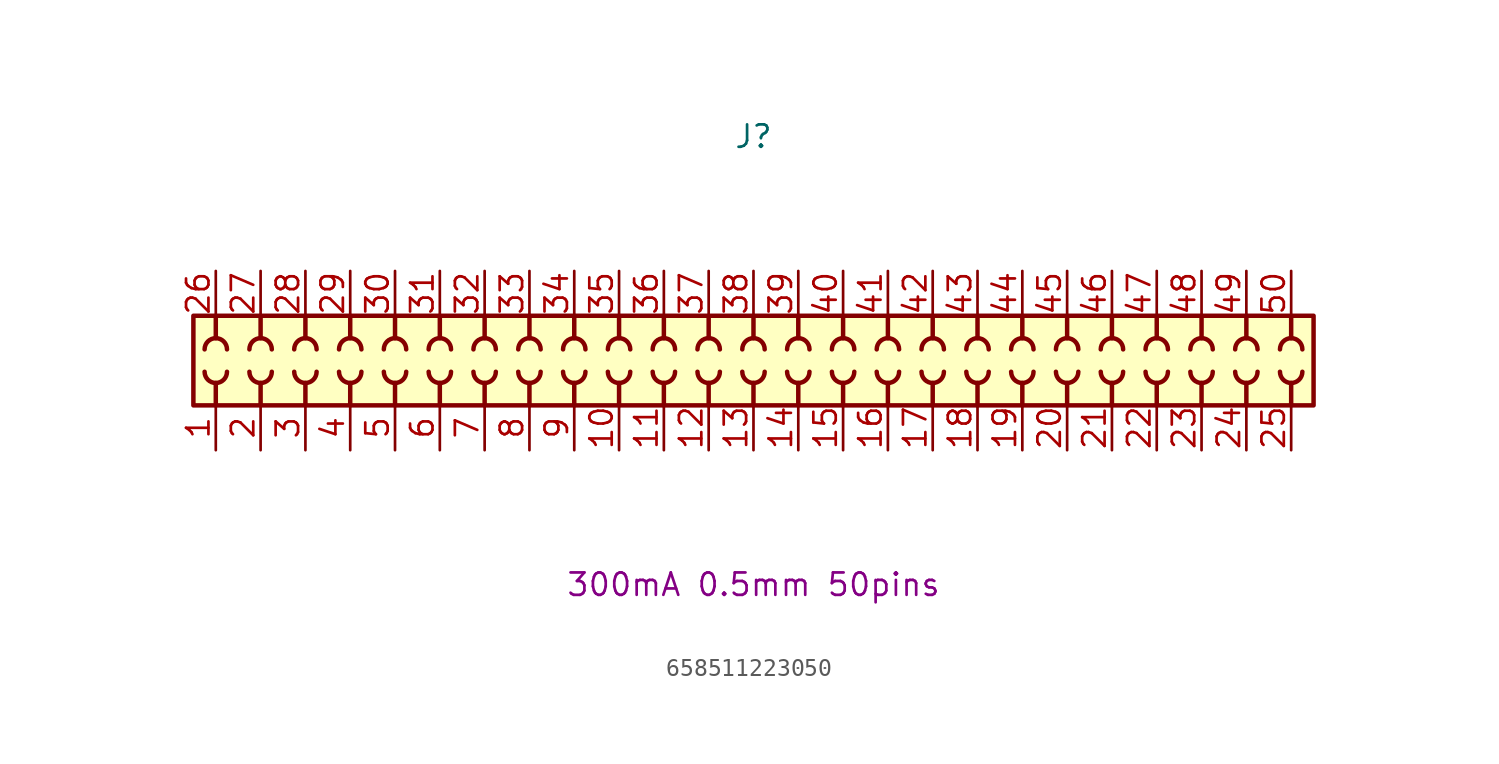
<source format=kicad_sym>
(kicad_symbol_lib
  (version 20241209)
  (generator "kicad_symbol_editor")
  (generator_version "9.0")
  (symbol "658511223050"
    (pin_names
      (hide yes))
    (property "Reference" "J"
      (at 0 12.7 0)
      (effects (font (size 1.27 1.27))))
    (property "Critical Parameter" "300mA 0.5mm 50pins"
      (at 0 -12.7 0)
      (effects (font (size 1.27 1.27))))
    (symbol "658511223050_0_1"
      (rectangle (start -31.75 2.54) (end 31.75 -2.54) (stroke (width 0.254) (type default)) (fill (type background)))
      (polyline (pts (xy -30.48 2.54) (xy -30.48 1.27)) (stroke (width 0.254) (type default)) (fill (type none)))
      (arc (start -31.115 0.635) (mid -30.48 1.2672) (end -29.845 0.635) (stroke (width 0.254) (type default)) (fill (type none)))
      (arc (start -29.845 -0.635) (mid -30.48 -1.2672) (end -31.115 -0.635) (stroke (width 0.254) (type default)) (fill (type none)))
      (polyline (pts (xy -30.48 -2.54) (xy -30.48 -1.27)) (stroke (width 0.254) (type default)) (fill (type none)))
      (polyline (pts (xy -27.94 2.54) (xy -27.94 1.27)) (stroke (width 0.254) (type default)) (fill (type none)))
      (arc (start -28.575 0.635) (mid -27.94 1.2672) (end -27.305 0.635) (stroke (width 0.254) (type default)) (fill (type none)))
      (arc (start -27.305 -0.635) (mid -27.94 -1.2672) (end -28.575 -0.635) (stroke (width 0.254) (type default)) (fill (type none)))
      (polyline (pts (xy -27.94 -2.54) (xy -27.94 -1.27)) (stroke (width 0.254) (type default)) (fill (type none)))
      (polyline (pts (xy -25.4 2.54) (xy -25.4 1.27)) (stroke (width 0.254) (type default)) (fill (type none)))
      (arc (start -26.035 0.635) (mid -25.4 1.2672) (end -24.765 0.635) (stroke (width 0.254) (type default)) (fill (type none)))
      (arc (start -24.765 -0.635) (mid -25.4 -1.2672) (end -26.035 -0.635) (stroke (width 0.254) (type default)) (fill (type none)))
      (polyline (pts (xy -25.4 -2.54) (xy -25.4 -1.27)) (stroke (width 0.254) (type default)) (fill (type none)))
      (polyline (pts (xy -22.86 2.54) (xy -22.86 1.27)) (stroke (width 0.254) (type default)) (fill (type none)))
      (arc (start -23.495 0.635) (mid -22.86 1.2672) (end -22.225 0.635) (stroke (width 0.254) (type default)) (fill (type none)))
      (arc (start -22.225 -0.635) (mid -22.86 -1.2672) (end -23.495 -0.635) (stroke (width 0.254) (type default)) (fill (type none)))
      (polyline (pts (xy -22.86 -2.54) (xy -22.86 -1.27)) (stroke (width 0.254) (type default)) (fill (type none)))
      (polyline (pts (xy -20.32 2.54) (xy -20.32 1.27)) (stroke (width 0.254) (type default)) (fill (type none)))
      (arc (start -20.955 0.635) (mid -20.32 1.2672) (end -19.685 0.635) (stroke (width 0.254) (type default)) (fill (type none)))
      (arc (start -19.685 -0.635) (mid -20.32 -1.2672) (end -20.955 -0.635) (stroke (width 0.254) (type default)) (fill (type none)))
      (polyline (pts (xy -20.32 -2.54) (xy -20.32 -1.27)) (stroke (width 0.254) (type default)) (fill (type none)))
      (polyline (pts (xy -17.78 2.54) (xy -17.78 1.27)) (stroke (width 0.254) (type default)) (fill (type none)))
      (arc (start -18.415 0.635) (mid -17.78 1.2672) (end -17.145 0.635) (stroke (width 0.254) (type default)) (fill (type none)))
      (arc (start -17.145 -0.635) (mid -17.78 -1.2672) (end -18.415 -0.635) (stroke (width 0.254) (type default)) (fill (type none)))
      (polyline (pts (xy -17.78 -2.54) (xy -17.78 -1.27)) (stroke (width 0.254) (type default)) (fill (type none)))
      (polyline (pts (xy -15.24 2.54) (xy -15.24 1.27)) (stroke (width 0.254) (type default)) (fill (type none)))
      (arc (start -15.875 0.635) (mid -15.24 1.2672) (end -14.605 0.635) (stroke (width 0.254) (type default)) (fill (type none)))
      (arc (start -14.605 -0.635) (mid -15.24 -1.2672) (end -15.875 -0.635) (stroke (width 0.254) (type default)) (fill (type none)))
      (polyline (pts (xy -15.24 -2.54) (xy -15.24 -1.27)) (stroke (width 0.254) (type default)) (fill (type none)))
      (polyline (pts (xy -12.7 2.54) (xy -12.7 1.27)) (stroke (width 0.254) (type default)) (fill (type none)))
      (arc (start -13.335 0.635) (mid -12.7 1.2672) (end -12.065 0.635) (stroke (width 0.254) (type default)) (fill (type none)))
      (arc (start -12.065 -0.635) (mid -12.7 -1.2672) (end -13.335 -0.635) (stroke (width 0.254) (type default)) (fill (type none)))
      (polyline (pts (xy -12.7 -2.54) (xy -12.7 -1.27)) (stroke (width 0.254) (type default)) (fill (type none)))
      (polyline (pts (xy -10.16 2.54) (xy -10.16 1.27)) (stroke (width 0.254) (type default)) (fill (type none)))
      (arc (start -10.795 0.635) (mid -10.16 1.2672) (end -9.525 0.635) (stroke (width 0.254) (type default)) (fill (type none)))
      (arc (start -9.525 -0.635) (mid -10.16 -1.2672) (end -10.795 -0.635) (stroke (width 0.254) (type default)) (fill (type none)))
      (polyline (pts (xy -10.16 -2.54) (xy -10.16 -1.27)) (stroke (width 0.254) (type default)) (fill (type none)))
      (polyline (pts (xy -7.62 2.54) (xy -7.62 1.27)) (stroke (width 0.254) (type default)) (fill (type none)))
      (arc (start -8.255 0.635) (mid -7.62 1.2672) (end -6.985 0.635) (stroke (width 0.254) (type default)) (fill (type none)))
      (arc (start -6.985 -0.635) (mid -7.62 -1.2672) (end -8.255 -0.635) (stroke (width 0.254) (type default)) (fill (type none)))
      (polyline (pts (xy -7.62 -2.54) (xy -7.62 -1.27)) (stroke (width 0.254) (type default)) (fill (type none)))
      (polyline (pts (xy -5.08 2.54) (xy -5.08 1.27)) (stroke (width 0.254) (type default)) (fill (type none)))
      (arc (start -5.715 0.635) (mid -5.08 1.2672) (end -4.445 0.635) (stroke (width 0.254) (type default)) (fill (type none)))
      (arc (start -4.445 -0.635) (mid -5.08 -1.2672) (end -5.715 -0.635) (stroke (width 0.254) (type default)) (fill (type none)))
      (polyline (pts (xy -5.08 -2.54) (xy -5.08 -1.27)) (stroke (width 0.254) (type default)) (fill (type none)))
      (polyline (pts (xy -2.54 2.54) (xy -2.54 1.27)) (stroke (width 0.254) (type default)) (fill (type none)))
      (arc (start -3.175 0.635) (mid -2.54 1.2672) (end -1.905 0.635) (stroke (width 0.254) (type default)) (fill (type none)))
      (arc (start -1.905 -0.635) (mid -2.54 -1.2672) (end -3.175 -0.635) (stroke (width 0.254) (type default)) (fill (type none)))
      (polyline (pts (xy -2.54 -2.54) (xy -2.54 -1.27)) (stroke (width 0.254) (type default)) (fill (type none)))
      (polyline (pts (xy 0 2.54) (xy 0 1.27)) (stroke (width 0.254) (type default)) (fill (type none)))
      (arc (start -0.635 0.635) (mid 0 1.2672) (end 0.635 0.635) (stroke (width 0.254) (type default)) (fill (type none)))
      (arc (start 0.635 -0.635) (mid 0 -1.2672) (end -0.635 -0.635) (stroke (width 0.254) (type default)) (fill (type none)))
      (polyline (pts (xy 0 -2.54) (xy 0 -1.27)) (stroke (width 0.254) (type default)) (fill (type none)))
      (polyline (pts (xy 2.54 2.54) (xy 2.54 1.27)) (stroke (width 0.254) (type default)) (fill (type none)))
      (arc (start 1.905 0.635) (mid 2.54 1.2672) (end 3.175 0.635) (stroke (width 0.254) (type default)) (fill (type none)))
      (arc (start 3.175 -0.635) (mid 2.54 -1.2672) (end 1.905 -0.635) (stroke (width 0.254) (type default)) (fill (type none)))
      (polyline (pts (xy 2.54 -2.54) (xy 2.54 -1.27)) (stroke (width 0.254) (type default)) (fill (type none)))
      (polyline (pts (xy 5.08 2.54) (xy 5.08 1.27)) (stroke (width 0.254) (type default)) (fill (type none)))
      (arc (start 4.445 0.635) (mid 5.08 1.2672) (end 5.715 0.635) (stroke (width 0.254) (type default)) (fill (type none)))
      (arc (start 5.715 -0.635) (mid 5.08 -1.2672) (end 4.445 -0.635) (stroke (width 0.254) (type default)) (fill (type none)))
      (polyline (pts (xy 5.08 -2.54) (xy 5.08 -1.27)) (stroke (width 0.254) (type default)) (fill (type none)))
      (polyline (pts (xy 7.62 2.54) (xy 7.62 1.27)) (stroke (width 0.254) (type default)) (fill (type none)))
      (arc (start 6.985 0.635) (mid 7.62 1.2672) (end 8.255 0.635) (stroke (width 0.254) (type default)) (fill (type none)))
      (arc (start 8.255 -0.635) (mid 7.62 -1.2672) (end 6.985 -0.635) (stroke (width 0.254) (type default)) (fill (type none)))
      (polyline (pts (xy 7.62 -2.54) (xy 7.62 -1.27)) (stroke (width 0.254) (type default)) (fill (type none)))
      (polyline (pts (xy 10.16 2.54) (xy 10.16 1.27)) (stroke (width 0.254) (type default)) (fill (type none)))
      (arc (start 9.525 0.635) (mid 10.16 1.2672) (end 10.795 0.635) (stroke (width 0.254) (type default)) (fill (type none)))
      (arc (start 10.795 -0.635) (mid 10.16 -1.2672) (end 9.525 -0.635) (stroke (width 0.254) (type default)) (fill (type none)))
      (polyline (pts (xy 10.16 -2.54) (xy 10.16 -1.27)) (stroke (width 0.254) (type default)) (fill (type none)))
      (polyline (pts (xy 12.7 2.54) (xy 12.7 1.27)) (stroke (width 0.254) (type default)) (fill (type none)))
      (arc (start 12.065 0.635) (mid 12.7 1.2672) (end 13.335 0.635) (stroke (width 0.254) (type default)) (fill (type none)))
      (arc (start 13.335 -0.635) (mid 12.7 -1.2672) (end 12.065 -0.635) (stroke (width 0.254) (type default)) (fill (type none)))
      (polyline (pts (xy 12.7 -2.54) (xy 12.7 -1.27)) (stroke (width 0.254) (type default)) (fill (type none)))
      (polyline (pts (xy 15.24 2.54) (xy 15.24 1.27)) (stroke (width 0.254) (type default)) (fill (type none)))
      (arc (start 14.605 0.635) (mid 15.24 1.2672) (end 15.875 0.635) (stroke (width 0.254) (type default)) (fill (type none)))
      (arc (start 15.875 -0.635) (mid 15.24 -1.2672) (end 14.605 -0.635) (stroke (width 0.254) (type default)) (fill (type none)))
      (polyline (pts (xy 15.24 -2.54) (xy 15.24 -1.27)) (stroke (width 0.254) (type default)) (fill (type none)))
      (polyline (pts (xy 17.78 2.54) (xy 17.78 1.27)) (stroke (width 0.254) (type default)) (fill (type none)))
      (arc (start 17.145 0.635) (mid 17.78 1.2672) (end 18.415 0.635) (stroke (width 0.254) (type default)) (fill (type none)))
      (arc (start 18.415 -0.635) (mid 17.78 -1.2672) (end 17.145 -0.635) (stroke (width 0.254) (type default)) (fill (type none)))
      (polyline (pts (xy 17.78 -2.54) (xy 17.78 -1.27)) (stroke (width 0.254) (type default)) (fill (type none)))
      (polyline (pts (xy 20.32 2.54) (xy 20.32 1.27)) (stroke (width 0.254) (type default)) (fill (type none)))
      (arc (start 19.685 0.635) (mid 20.32 1.2672) (end 20.955 0.635) (stroke (width 0.254) (type default)) (fill (type none)))
      (arc (start 20.955 -0.635) (mid 20.32 -1.2672) (end 19.685 -0.635) (stroke (width 0.254) (type default)) (fill (type none)))
      (polyline (pts (xy 20.32 -2.54) (xy 20.32 -1.27)) (stroke (width 0.254) (type default)) (fill (type none)))
      (polyline (pts (xy 22.86 2.54) (xy 22.86 1.27)) (stroke (width 0.254) (type default)) (fill (type none)))
      (arc (start 22.225 0.635) (mid 22.86 1.2672) (end 23.495 0.635) (stroke (width 0.254) (type default)) (fill (type none)))
      (arc (start 23.495 -0.635) (mid 22.86 -1.2672) (end 22.225 -0.635) (stroke (width 0.254) (type default)) (fill (type none)))
      (polyline (pts (xy 22.86 -2.54) (xy 22.86 -1.27)) (stroke (width 0.254) (type default)) (fill (type none)))
      (polyline (pts (xy 25.4 2.54) (xy 25.4 1.27)) (stroke (width 0.254) (type default)) (fill (type none)))
      (arc (start 24.765 0.635) (mid 25.4 1.2672) (end 26.035 0.635) (stroke (width 0.254) (type default)) (fill (type none)))
      (arc (start 26.035 -0.635) (mid 25.4 -1.2672) (end 24.765 -0.635) (stroke (width 0.254) (type default)) (fill (type none)))
      (polyline (pts (xy 25.4 -2.54) (xy 25.4 -1.27)) (stroke (width 0.254) (type default)) (fill (type none)))
      (polyline (pts (xy 27.94 2.54) (xy 27.94 1.27)) (stroke (width 0.254) (type default)) (fill (type none)))
      (arc (start 27.305 0.635) (mid 27.94 1.2672) (end 28.575 0.635) (stroke (width 0.254) (type default)) (fill (type none)))
      (arc (start 28.575 -0.635) (mid 27.94 -1.2672) (end 27.305 -0.635) (stroke (width 0.254) (type default)) (fill (type none)))
      (polyline (pts (xy 27.94 -2.54) (xy 27.94 -1.27)) (stroke (width 0.254) (type default)) (fill (type none)))
      (polyline (pts (xy 30.48 2.54) (xy 30.48 1.27)) (stroke (width 0.254) (type default)) (fill (type none)))
      (arc (start 29.845 0.635) (mid 30.48 1.2672) (end 31.115 0.635) (stroke (width 0.254) (type default)) (fill (type none)))
      (arc (start 31.115 -0.635) (mid 30.48 -1.2672) (end 29.845 -0.635) (stroke (width 0.254) (type default)) (fill (type none)))
      (polyline (pts (xy 30.48 -2.54) (xy 30.48 -1.27)) (stroke (width 0.254) (type default)) (fill (type none))))
    (symbol "658511223050_1_1"
      (pin passive line (at -30.48 5.08 270) (length 2.54) (name "26" (effects (font (size 1.27 1.27)))) (number "26" (effects (font (size 1.27 1.27)))))
      (pin passive line (at -30.48 -5.08 90) (length 2.54) (name "1" (effects (font (size 1.27 1.27)))) (number "1" (effects (font (size 1.27 1.27)))))
      (pin passive line (at -27.94 5.08 270) (length 2.54) (name "27" (effects (font (size 1.27 1.27)))) (number "27" (effects (font (size 1.27 1.27)))))
      (pin passive line (at -27.94 -5.08 90) (length 2.54) (name "2" (effects (font (size 1.27 1.27)))) (number "2" (effects (font (size 1.27 1.27)))))
      (pin passive line (at -25.4 5.08 270) (length 2.54) (name "28" (effects (font (size 1.27 1.27)))) (number "28" (effects (font (size 1.27 1.27)))))
      (pin passive line (at -25.4 -5.08 90) (length 2.54) (name "3" (effects (font (size 1.27 1.27)))) (number "3" (effects (font (size 1.27 1.27)))))
      (pin passive line (at -22.86 5.08 270) (length 2.54) (name "29" (effects (font (size 1.27 1.27)))) (number "29" (effects (font (size 1.27 1.27)))))
      (pin passive line (at -22.86 -5.08 90) (length 2.54) (name "4" (effects (font (size 1.27 1.27)))) (number "4" (effects (font (size 1.27 1.27)))))
      (pin passive line (at -20.32 5.08 270) (length 2.54) (name "30" (effects (font (size 1.27 1.27)))) (number "30" (effects (font (size 1.27 1.27)))))
      (pin passive line (at -20.32 -5.08 90) (length 2.54) (name "5" (effects (font (size 1.27 1.27)))) (number "5" (effects (font (size 1.27 1.27)))))
      (pin passive line (at -17.78 5.08 270) (length 2.54) (name "31" (effects (font (size 1.27 1.27)))) (number "31" (effects (font (size 1.27 1.27)))))
      (pin passive line (at -17.78 -5.08 90) (length 2.54) (name "6" (effects (font (size 1.27 1.27)))) (number "6" (effects (font (size 1.27 1.27)))))
      (pin passive line (at -15.24 5.08 270) (length 2.54) (name "32" (effects (font (size 1.27 1.27)))) (number "32" (effects (font (size 1.27 1.27)))))
      (pin passive line (at -15.24 -5.08 90) (length 2.54) (name "7" (effects (font (size 1.27 1.27)))) (number "7" (effects (font (size 1.27 1.27)))))
      (pin passive line (at -12.7 5.08 270) (length 2.54) (name "33" (effects (font (size 1.27 1.27)))) (number "33" (effects (font (size 1.27 1.27)))))
      (pin passive line (at -12.7 -5.08 90) (length 2.54) (name "8" (effects (font (size 1.27 1.27)))) (number "8" (effects (font (size 1.27 1.27)))))
      (pin passive line (at -10.16 5.08 270) (length 2.54) (name "34" (effects (font (size 1.27 1.27)))) (number "34" (effects (font (size 1.27 1.27)))))
      (pin passive line (at -10.16 -5.08 90) (length 2.54) (name "9" (effects (font (size 1.27 1.27)))) (number "9" (effects (font (size 1.27 1.27)))))
      (pin passive line (at -7.62 5.08 270) (length 2.54) (name "35" (effects (font (size 1.27 1.27)))) (number "35" (effects (font (size 1.27 1.27)))))
      (pin passive line (at -7.62 -5.08 90) (length 2.54) (name "10" (effects (font (size 1.27 1.27)))) (number "10" (effects (font (size 1.27 1.27)))))
      (pin passive line (at -5.08 5.08 270) (length 2.54) (name "36" (effects (font (size 1.27 1.27)))) (number "36" (effects (font (size 1.27 1.27)))))
      (pin passive line (at -5.08 -5.08 90) (length 2.54) (name "11" (effects (font (size 1.27 1.27)))) (number "11" (effects (font (size 1.27 1.27)))))
      (pin passive line (at -2.54 5.08 270) (length 2.54) (name "37" (effects (font (size 1.27 1.27)))) (number "37" (effects (font (size 1.27 1.27)))))
      (pin passive line (at -2.54 -5.08 90) (length 2.54) (name "12" (effects (font (size 1.27 1.27)))) (number "12" (effects (font (size 1.27 1.27)))))
      (pin passive line (at 0 5.08 270) (length 2.54) (name "38" (effects (font (size 1.27 1.27)))) (number "38" (effects (font (size 1.27 1.27)))))
      (pin passive line (at 0 -5.08 90) (length 2.54) (name "13" (effects (font (size 1.27 1.27)))) (number "13" (effects (font (size 1.27 1.27)))))
      (pin passive line (at 2.54 5.08 270) (length 2.54) (name "39" (effects (font (size 1.27 1.27)))) (number "39" (effects (font (size 1.27 1.27)))))
      (pin passive line (at 2.54 -5.08 90) (length 2.54) (name "14" (effects (font (size 1.27 1.27)))) (number "14" (effects (font (size 1.27 1.27)))))
      (pin passive line (at 5.08 5.08 270) (length 2.54) (name "40" (effects (font (size 1.27 1.27)))) (number "40" (effects (font (size 1.27 1.27)))))
      (pin passive line (at 5.08 -5.08 90) (length 2.54) (name "15" (effects (font (size 1.27 1.27)))) (number "15" (effects (font (size 1.27 1.27)))))
      (pin passive line (at 7.62 5.08 270) (length 2.54) (name "41" (effects (font (size 1.27 1.27)))) (number "41" (effects (font (size 1.27 1.27)))))
      (pin passive line (at 7.62 -5.08 90) (length 2.54) (name "16" (effects (font (size 1.27 1.27)))) (number "16" (effects (font (size 1.27 1.27)))))
      (pin passive line (at 10.16 5.08 270) (length 2.54) (name "42" (effects (font (size 1.27 1.27)))) (number "42" (effects (font (size 1.27 1.27)))))
      (pin passive line (at 10.16 -5.08 90) (length 2.54) (name "17" (effects (font (size 1.27 1.27)))) (number "17" (effects (font (size 1.27 1.27)))))
      (pin passive line (at 12.7 5.08 270) (length 2.54) (name "43" (effects (font (size 1.27 1.27)))) (number "43" (effects (font (size 1.27 1.27)))))
      (pin passive line (at 12.7 -5.08 90) (length 2.54) (name "18" (effects (font (size 1.27 1.27)))) (number "18" (effects (font (size 1.27 1.27)))))
      (pin passive line (at 15.24 5.08 270) (length 2.54) (name "44" (effects (font (size 1.27 1.27)))) (number "44" (effects (font (size 1.27 1.27)))))
      (pin passive line (at 15.24 -5.08 90) (length 2.54) (name "19" (effects (font (size 1.27 1.27)))) (number "19" (effects (font (size 1.27 1.27)))))
      (pin passive line (at 17.78 5.08 270) (length 2.54) (name "45" (effects (font (size 1.27 1.27)))) (number "45" (effects (font (size 1.27 1.27)))))
      (pin passive line (at 17.78 -5.08 90) (length 2.54) (name "20" (effects (font (size 1.27 1.27)))) (number "20" (effects (font (size 1.27 1.27)))))
      (pin passive line (at 20.32 5.08 270) (length 2.54) (name "46" (effects (font (size 1.27 1.27)))) (number "46" (effects (font (size 1.27 1.27)))))
      (pin passive line (at 20.32 -5.08 90) (length 2.54) (name "21" (effects (font (size 1.27 1.27)))) (number "21" (effects (font (size 1.27 1.27)))))
      (pin passive line (at 22.86 5.08 270) (length 2.54) (name "47" (effects (font (size 1.27 1.27)))) (number "47" (effects (font (size 1.27 1.27)))))
      (pin passive line (at 22.86 -5.08 90) (length 2.54) (name "22" (effects (font (size 1.27 1.27)))) (number "22" (effects (font (size 1.27 1.27)))))
      (pin passive line (at 25.4 5.08 270) (length 2.54) (name "48" (effects (font (size 1.27 1.27)))) (number "48" (effects (font (size 1.27 1.27)))))
      (pin passive line (at 25.4 -5.08 90) (length 2.54) (name "23" (effects (font (size 1.27 1.27)))) (number "23" (effects (font (size 1.27 1.27)))))
      (pin passive line (at 27.94 5.08 270) (length 2.54) (name "49" (effects (font (size 1.27 1.27)))) (number "49" (effects (font (size 1.27 1.27)))))
      (pin passive line (at 27.94 -5.08 90) (length 2.54) (name "24" (effects (font (size 1.27 1.27)))) (number "24" (effects (font (size 1.27 1.27)))))
      (pin passive line (at 30.48 5.08 270) (length 2.54) (name "50" (effects (font (size 1.27 1.27)))) (number "50" (effects (font (size 1.27 1.27)))))
      (pin passive line (at 30.48 -5.08 90) (length 2.54) (name "25" (effects (font (size 1.27 1.27)))) (number "25" (effects (font (size 1.27 1.27))))))))
</source>
